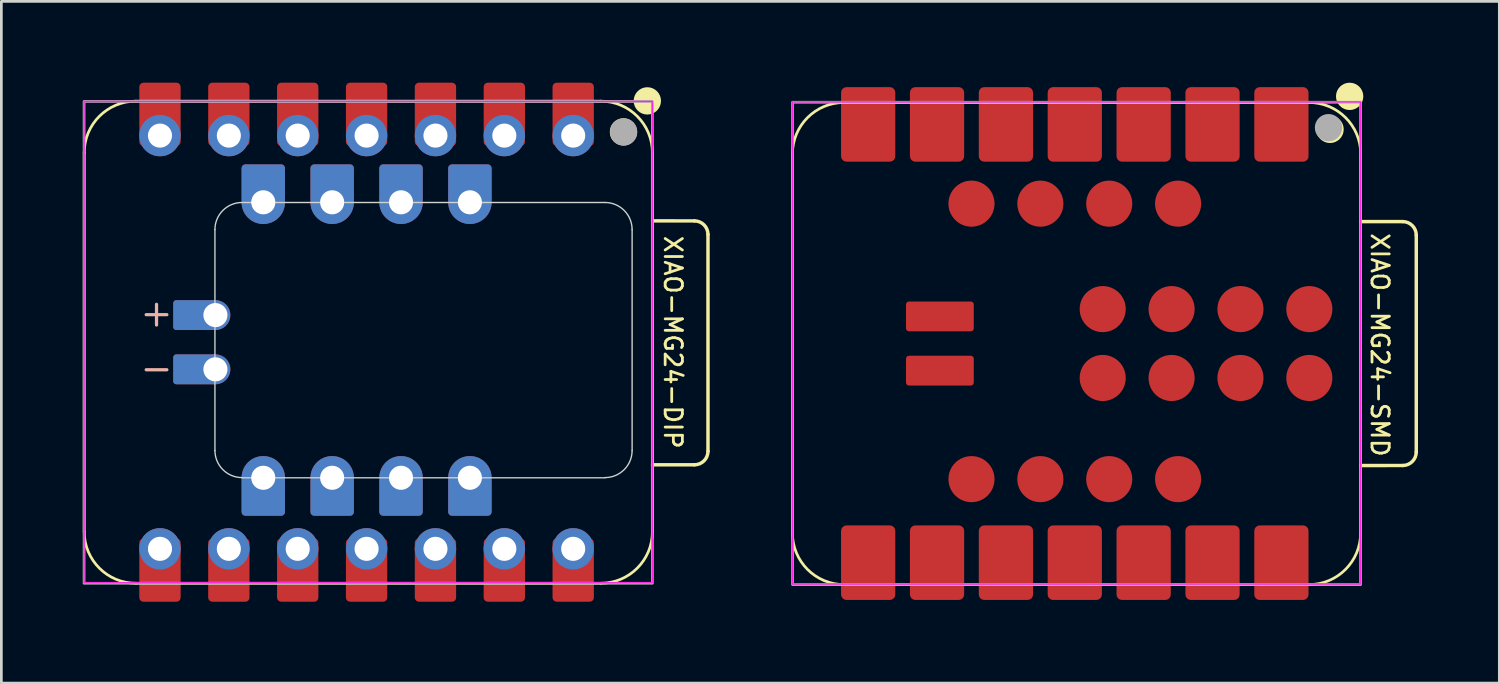
<source format=kicad_pcb>
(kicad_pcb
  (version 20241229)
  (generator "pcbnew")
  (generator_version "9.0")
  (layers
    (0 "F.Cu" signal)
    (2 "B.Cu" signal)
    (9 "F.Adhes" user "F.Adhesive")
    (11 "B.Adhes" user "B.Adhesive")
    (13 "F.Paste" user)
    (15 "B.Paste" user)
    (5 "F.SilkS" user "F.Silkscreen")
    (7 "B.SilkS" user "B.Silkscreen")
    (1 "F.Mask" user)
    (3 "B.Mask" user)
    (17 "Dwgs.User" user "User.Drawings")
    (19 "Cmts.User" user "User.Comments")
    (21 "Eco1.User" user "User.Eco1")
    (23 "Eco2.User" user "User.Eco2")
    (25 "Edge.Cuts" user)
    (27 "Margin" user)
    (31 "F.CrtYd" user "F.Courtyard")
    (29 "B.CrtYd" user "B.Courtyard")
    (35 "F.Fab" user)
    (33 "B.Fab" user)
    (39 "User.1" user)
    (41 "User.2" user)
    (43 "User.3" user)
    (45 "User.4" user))
  (footprint "XIAO-MG24-DIP"
    (layer "F.Cu")
    (at 10.47 9.571)
    (property "Reference" "XIAO-MG24-DIP" (at 11.3 0 270) (unlocked yes) (layer "F.SilkS") (effects (font (size 0.635 0.635) (thickness 0.102))))
    (attr smd)
    (fp_line (start -10.414 -6.985) (end -10.414 6.985) (stroke (width 0.1) (type solid)) (layer "F.SilkS"))
    (fp_line (start -8.509 -8.89) (end 8.636 -8.89) (stroke (width 0.1) (type solid)) (layer "F.SilkS"))
    (fp_line (start -8.509 8.89) (end 8.636 8.89) (stroke (width 0.1) (type solid)) (layer "F.SilkS"))
    (fp_line (start 10.538 7.008) (end 10.538 -6.962) (stroke (width 0.1) (type solid)) (layer "F.SilkS"))
    (fp_line (start 10.541 6.985) (end 10.541 -6.985) (stroke (width 0.1) (type solid)) (layer "F.SilkS"))
    (fp_line (start 10.55 -4.475) (end 12.091 -4.474) (stroke (width 0.127) (type solid)) (layer "F.SilkS"))
    (fp_line (start 12.091 4.521) (end 10.547 4.522) (stroke (width 0.127) (type solid)) (layer "F.SilkS"))
    (fp_line (start 12.591 -3.974) (end 12.591 4.021) (stroke (width 0.127) (type solid)) (layer "F.SilkS"))
    (fp_arc (start -10.414 -6.985) (mid -9.856038 -8.332038) (end -8.509 -8.89) (stroke (width 0.1) (type solid)) (layer "F.SilkS"))
    (fp_arc (start -8.509 8.89) (mid -9.856038 8.332038) (end -10.414 6.985) (stroke (width 0.1) (type solid)) (layer "F.SilkS"))
    (fp_arc (start 8.636 -8.89) (mid 9.983038 -8.332038) (end 10.541 -6.985) (stroke (width 0.1) (type solid)) (layer "F.SilkS"))
    (fp_arc (start 10.541 6.985) (mid 9.983038 8.332038) (end 8.636 8.89) (stroke (width 0.1) (type solid)) (layer "F.SilkS"))
    (fp_arc (start 12.091284 -4.474284) (mid 12.444624 -4.327703) (end 12.591012 -3.974284) (stroke (width 0.127) (type default)) (layer "F.SilkS"))
    (fp_arc (start 12.591012 4.020988) (mid 12.444575 4.374552) (end 12.091012 4.520988) (stroke (width 0.127) (type default)) (layer "F.SilkS"))
    (fp_circle (center 9.474 -7.757) (end 9.728 -7.757) (stroke (width 0.5) (type solid)) (fill yes) (layer "F.SilkS"))
    (fp_circle (center 10.354 -8.9) (end 10.608 -8.9) (stroke (width 0.5) (type solid)) (fill yes) (layer "F.SilkS"))
    (fp_line (start -7.747 -0.635) (end -7.747 -1.397) (stroke (width 0.12) (type default)) (layer "B.SilkS"))
    (fp_line (start -7.366 -1.016) (end -8.128 -1.016) (stroke (width 0.12) (type default)) (layer "B.SilkS"))
    (fp_line (start -7.366 1.016) (end -8.128 1.016) (stroke (width 0.12) (type default)) (layer "B.SilkS"))
    (fp_line (start -5.593 -4.153) (end -5.593 3.993) (stroke (width 0.05) (type solid)) (layer "Edge.Cuts"))
    (fp_line (start -4.593 5.001) (end 8.793 5.001) (stroke (width 0.05) (type solid)) (layer "Edge.Cuts"))
    (fp_line (start 8.793 -5.153) (end -4.593 -5.153) (stroke (width 0.05) (type solid)) (layer "Edge.Cuts"))
    (fp_line (start 9.793 3.993) (end 9.793 -4.153) (stroke (width 0.05) (type solid)) (layer "Edge.Cuts"))
    (fp_arc (start -5.592893 -4.152893) (mid -5.3 -4.86) (end -4.592893 -5.152893) (stroke (width 0.05) (type solid)) (layer "Edge.Cuts"))
    (fp_arc (start -4.592893 4.992893) (mid -5.3 4.7) (end -5.592893 3.992893) (stroke (width 0.05) (type default)) (layer "Edge.Cuts"))
    (fp_arc (start 8.792893 -5.152893) (mid 9.500002 -4.860002) (end 9.792893 -4.152893) (stroke (width 0.05) (type solid)) (layer "Edge.Cuts"))
    (fp_arc (start 9.792893 3.992893) (mid 9.5 4.7) (end 8.792893 4.992893) (stroke (width 0.05) (type default)) (layer "Edge.Cuts"))
    (fp_rect (start -10.42 -8.88) (end 10.54 8.87) (stroke (width 0.05) (type default)) (fill no) (layer "F.CrtYd"))
    (fp_rect (start -10.42 -8.88) (end 10.54 8.89) (stroke (width 0.1) (type default)) (fill no) (layer "F.Fab"))
    (fp_circle (center 9.48 -7.754) (end 9.734 -7.754) (stroke (width 0.5) (type solid)) (fill no) (layer "F.Fab"))
    (pad "1" smd roundrect (at 7.62 -8.405 90) (size 2.332 1.524) (layers "F.Cu" "F.Mask") (roundrect_rratio 0.1))
    (pad "1" thru_hole circle (at 7.62 -7.62 90) (size 1.524 1.524) (drill 0.889) (layers "*.Cu" "*.Mask"))
    (pad "2" smd roundrect (at 5.08 -8.405 90) (size 2.332 1.524) (layers "F.Cu" "F.Mask") (roundrect_rratio 0.1))
    (pad "2" thru_hole circle (at 5.08 -7.62 90) (size 1.524 1.524) (drill 0.889) (layers "*.Cu" "*.Mask"))
    (pad "3" smd roundrect (at 2.54 -8.405 90) (size 2.332 1.524) (layers "F.Cu" "F.Mask") (roundrect_rratio 0.1))
    (pad "3" thru_hole circle (at 2.54 -7.62 90) (size 1.524 1.524) (drill 0.889) (layers "*.Cu" "*.Mask"))
    (pad "4" smd roundrect (at 0 -8.405 90) (size 2.332 1.524) (layers "F.Cu" "F.Mask") (roundrect_rratio 0.1))
    (pad "4" thru_hole circle (at 0 -7.62 90) (size 1.524 1.524) (drill 0.889) (layers "*.Cu" "*.Mask"))
    (pad "5" smd roundrect (at -2.54 -8.405 90) (size 2.332 1.524) (layers "F.Cu" "F.Mask") (roundrect_rratio 0.1))
    (pad "5" thru_hole circle (at -2.54 -7.62 90) (size 1.524 1.524) (drill 0.889) (layers "*.Cu" "*.Mask"))
    (pad "6" smd roundrect (at -5.08 -8.405 90) (size 2.332 1.524) (layers "F.Cu" "F.Mask") (roundrect_rratio 0.1))
    (pad "6" thru_hole circle (at -5.08 -7.62 90) (size 1.524 1.524) (drill 0.889) (layers "*.Cu" "*.Mask"))
    (pad "7" smd roundrect (at -7.62 -8.405 90) (size 2.332 1.524) (layers "F.Cu" "F.Mask") (roundrect_rratio 0.1))
    (pad "7" thru_hole circle (at -7.62 -7.62 90) (size 1.524 1.524) (drill 0.889) (layers "*.Cu" "*.Mask"))
    (pad "8" thru_hole circle (at -7.62 7.62 270) (size 1.524 1.524) (drill 0.889) (layers "*.Cu" "*.Mask"))
    (pad "8" smd roundrect (at -7.62 8.405 270) (size 2.332 1.524) (layers "F.Cu" "F.Mask") (roundrect_rratio 0.1))
    (pad "9" thru_hole circle (at -5.08 7.62 270) (size 1.524 1.524) (drill 0.889) (layers "*.Cu" "*.Mask"))
    (pad "9" smd roundrect (at -5.08 8.405 270) (size 2.332 1.524) (layers "F.Cu" "F.Mask") (roundrect_rratio 0.1))
    (pad "10" thru_hole circle (at -2.54 7.62 270) (size 1.524 1.524) (drill 0.889) (layers "*.Cu" "*.Mask"))
    (pad "10" smd roundrect (at -2.54 8.405 270) (size 2.332 1.524) (layers "F.Cu" "F.Mask") (roundrect_rratio 0.1))
    (pad "11" thru_hole circle (at 0 7.62 270) (size 1.524 1.524) (drill 0.889) (layers "*.Cu" "*.Mask"))
    (pad "11" smd roundrect (at 0 8.405 270) (size 2.332 1.524) (layers "F.Cu" "F.Mask") (roundrect_rratio 0.1))
    (pad "12" thru_hole circle (at 2.54 7.62 270) (size 1.524 1.524) (drill 0.889) (layers "*.Cu" "*.Mask"))
    (pad "12" smd roundrect (at 2.54 8.405 270) (size 2.332 1.524) (layers "F.Cu" "F.Mask") (roundrect_rratio 0.1))
    (pad "13" thru_hole circle (at 5.08 7.62 270) (size 1.524 1.524) (drill 0.889) (layers "*.Cu" "*.Mask"))
    (pad "13" smd roundrect (at 5.08 8.405 270) (size 2.332 1.524) (layers "F.Cu" "F.Mask") (roundrect_rratio 0.1))
    (pad "14" thru_hole circle (at 7.62 7.62 270) (size 1.524 1.524) (drill 0.889) (layers "*.Cu" "*.Mask"))
    (pad "14" smd roundrect (at 7.62 8.405 270) (size 2.332 1.524) (layers "F.Cu" "F.Mask") (roundrect_rratio 0.1))
    (pad "15" thru_hole circle (at 3.81 5 90) (size 1.6 1.6) (drill 0.889) (layers "*.Cu" "*.Mask"))
    (pad "15" smd roundrect (at 3.81 5.7 270) (size 1.4 1.6) (layers "F.Cu" "F.Mask") (roundrect_rratio 0.1))
    (pad "15" smd roundrect (at 3.81 5.7 90) (size 1.4 1.6) (layers "B.Cu" "B.Mask" "B.Paste") (roundrect_rratio 0.1))
    (pad "16" thru_hole circle (at 1.27 5 90) (size 1.6 1.6) (drill 0.889) (layers "*.Cu" "*.Mask"))
    (pad "16" smd roundrect (at 1.27 5.7 270) (size 1.4 1.6) (layers "F.Cu" "F.Mask") (roundrect_rratio 0.1))
    (pad "16" smd roundrect (at 1.27 5.7 90) (size 1.4 1.6) (layers "B.Cu" "B.Mask" "B.Paste") (roundrect_rratio 0.1))
    (pad "17" thru_hole circle (at -1.27 5 90) (size 1.6 1.6) (drill 0.889) (layers "*.Cu" "*.Mask"))
    (pad "17" smd roundrect (at -1.27 5.7 270) (size 1.4 1.6) (layers "F.Cu" "F.Mask") (roundrect_rratio 0.1))
    (pad "17" smd roundrect (at -1.27 5.7 90) (size 1.4 1.6) (layers "B.Cu" "B.Mask" "B.Paste") (roundrect_rratio 0.1))
    (pad "18" thru_hole circle (at -3.81 5 90) (size 1.6 1.6) (drill 0.889) (layers "*.Cu" "*.Mask"))
    (pad "18" smd roundrect (at -3.81 5.7 270) (size 1.4 1.6) (layers "F.Cu" "F.Mask") (roundrect_rratio 0.1))
    (pad "18" smd roundrect (at -3.81 5.7 90) (size 1.4 1.6) (layers "B.Cu" "B.Mask" "B.Paste") (roundrect_rratio 0.1))
    (pad "19" smd roundrect (at -3.81 -5.859 270) (size 1.4 1.6) (layers "F.Cu" "F.Mask") (roundrect_rratio 0.1))
    (pad "19" smd roundrect (at -3.81 -5.859 90) (size 1.4 1.6) (layers "B.Cu" "B.Mask" "B.Paste") (roundrect_rratio 0.1))
    (pad "19" thru_hole circle (at -3.81 -5.16 90) (size 1.6 1.6) (drill 0.889) (layers "*.Cu" "*.Mask"))
    (pad "20" smd roundrect (at -1.27 -5.859 270) (size 1.4 1.6) (layers "F.Cu" "F.Mask") (roundrect_rratio 0.1))
    (pad "20" smd roundrect (at -1.27 -5.859 90) (size 1.4 1.6) (layers "B.Cu" "B.Mask" "B.Paste") (roundrect_rratio 0.1))
    (pad "20" thru_hole circle (at -1.27 -5.16 90) (size 1.6 1.6) (drill 0.889) (layers "*.Cu" "*.Mask"))
    (pad "21" smd roundrect (at 1.27 -5.859 270) (size 1.4 1.6) (layers "F.Cu" "F.Mask") (roundrect_rratio 0.1))
    (pad "21" smd roundrect (at 1.27 -5.859 90) (size 1.4 1.6) (layers "B.Cu" "B.Mask" "B.Paste") (roundrect_rratio 0.1))
    (pad "21" thru_hole circle (at 1.27 -5.16 90) (size 1.6 1.6) (drill 0.889) (layers "*.Cu" "*.Mask"))
    (pad "22" smd roundrect (at 3.81 -5.859 270) (size 1.4 1.6) (layers "F.Cu" "F.Mask") (roundrect_rratio 0.1))
    (pad "22" smd roundrect (at 3.81 -5.859 90) (size 1.4 1.6) (layers "B.Cu" "B.Mask" "B.Paste") (roundrect_rratio 0.1))
    (pad "22" thru_hole circle (at 3.81 -5.16 90) (size 1.6 1.6) (drill 0.889) (layers "*.Cu" "*.Mask"))
    (pad "23" smd roundrect (at -6.33 -1 180) (size 1.6 1.1) (layers "F.Cu" "F.Mask") (roundrect_rratio 0.1))
    (pad "23" smd roundrect (at -6.33 -1 180) (size 1.6 1.1) (layers "B.Cu" "B.Mask" "B.Paste") (roundrect_rratio 0.1))
    (pad "23" thru_hole circle (at -5.575 -1 90) (size 1.1 1.1) (drill 0.889) (layers "*.Cu" "*.Mask"))
    (pad "24" smd roundrect (at -6.33 1 180) (size 1.6 1.1) (layers "F.Cu" "F.Mask") (roundrect_rratio 0.1))
    (pad "24" smd roundrect (at -6.33 1 180) (size 1.6 1.1) (layers "B.Cu" "B.Mask" "B.Paste") (roundrect_rratio 0.1))
    (pad "24" thru_hole circle (at -5.575 1 90) (size 1.1 1.1) (drill 0.889) (layers "*.Cu" "*.Mask")))
  (footprint "XIAO-MG24-SMD"
    (layer "F.Cu")
    (at 36.589 9.62)
    (property "Reference" "XIAO-MG24-SMD" (at 11.25 0.05 270) (unlocked yes) (layer "F.SilkS") (effects (font (size 0.635 0.635) (thickness 0.102))))
    (attr smd)
    (fp_line (start -10.414 -6.985) (end -10.414 6.985) (stroke (width 0.1) (type solid)) (layer "F.SilkS"))
    (fp_line (start -8.509 -8.89) (end 8.636 -8.89) (stroke (width 0.1) (type solid)) (layer "F.SilkS"))
    (fp_line (start -8.509 8.89) (end 8.636 8.89) (stroke (width 0.1) (type solid)) (layer "F.SilkS"))
    (fp_line (start 10.541 6.985) (end 10.541 -6.985) (stroke (width 0.1) (type solid)) (layer "F.SilkS"))
    (fp_line (start 10.553 -4.498) (end 12.094 -4.497) (stroke (width 0.127) (type solid)) (layer "F.SilkS"))
    (fp_line (start 12.094 4.498) (end 10.55 4.499) (stroke (width 0.127) (type solid)) (layer "F.SilkS"))
    (fp_line (start 12.594 -3.997) (end 12.594 3.998) (stroke (width 0.127) (type solid)) (layer "F.SilkS"))
    (fp_arc (start -10.414 -6.985) (mid -9.856038 -8.332038) (end -8.509 -8.89) (stroke (width 0.1) (type solid)) (layer "F.SilkS"))
    (fp_arc (start -8.509 8.89) (mid -9.856038 8.332038) (end -10.414 6.985) (stroke (width 0.1) (type solid)) (layer "F.SilkS"))
    (fp_arc (start 8.64 -8.89) (mid 9.987038 -8.332038) (end 10.545 -6.985) (stroke (width 0.1) (type solid)) (layer "F.SilkS"))
    (fp_arc (start 10.541 6.985) (mid 9.983038 8.332038) (end 8.636 8.89) (stroke (width 0.1) (type solid)) (layer "F.SilkS"))
    (fp_arc (start 12.094284 -4.497284) (mid 12.447619 -4.350707) (end 12.594012 -3.997284) (stroke (width 0.127) (type default)) (layer "F.SilkS"))
    (fp_arc (start 12.594012 3.997988) (mid 12.44757 4.351553) (end 12.094012 4.497988) (stroke (width 0.127) (type default)) (layer "F.SilkS"))
    (fp_circle (center 9.414 -7.899) (end 9.668 -7.899) (stroke (width 0.5) (type solid)) (fill yes) (layer "F.SilkS"))
    (fp_circle (center 10.137 -9.116) (end 10.391 -9.116) (stroke (width 0.5) (type solid)) (fill yes) (layer "F.SilkS"))
    (fp_rect (start -10.41 -8.91) (end 10.54 8.87) (stroke (width 0.05) (type default)) (fill no) (layer "F.CrtYd"))
    (fp_rect (start -10.41 -8.9) (end 10.54 8.89) (stroke (width 0.1) (type default)) (fill no) (layer "F.Fab"))
    (fp_circle (center 9.357 -7.961) (end 9.611 -7.961) (stroke (width 0.5) (type solid)) (fill no) (layer "F.Fab"))
    (pad "1" smd roundrect (at 7.62 -8.082 90) (size 2.75 2) (layers "F.Cu" "F.Mask" "F.Paste") (roundrect_rratio 0.1))
    (pad "2" smd roundrect (at 5.08 -8.082 90) (size 2.75 2) (layers "F.Cu" "F.Mask" "F.Paste") (roundrect_rratio 0.1))
    (pad "3" smd roundrect (at 2.54 -8.082 90) (size 2.75 2) (layers "F.Cu" "F.Mask" "F.Paste") (roundrect_rratio 0.1))
    (pad "4" smd roundrect (at 0 -8.082 90) (size 2.75 2) (layers "F.Cu" "F.Mask" "F.Paste") (roundrect_rratio 0.1))
    (pad "5" smd roundrect (at -2.54 -8.082 90) (size 2.75 2) (layers "F.Cu" "F.Mask" "F.Paste") (roundrect_rratio 0.1))
    (pad "6" smd roundrect (at -5.08 -8.082 90) (size 2.75 2) (layers "F.Cu" "F.Mask" "F.Paste") (roundrect_rratio 0.1))
    (pad "7" smd roundrect (at -7.62 -8.082 90) (size 2.75 2) (layers "F.Cu" "F.Mask" "F.Paste") (roundrect_rratio 0.1))
    (pad "8" smd roundrect (at -7.62 8.082 270) (size 2.75 2) (layers "F.Cu" "F.Mask" "F.Paste") (roundrect_rratio 0.1))
    (pad "9" smd roundrect (at -5.08 8.082 270) (size 2.75 2) (layers "F.Cu" "F.Mask" "F.Paste") (roundrect_rratio 0.1))
    (pad "10" smd roundrect (at -2.54 8.082 270) (size 2.75 2) (layers "F.Cu" "F.Mask" "F.Paste") (roundrect_rratio 0.1))
    (pad "11" smd roundrect (at 0 8.082 270) (size 2.75 2) (layers "F.Cu" "F.Mask" "F.Paste") (roundrect_rratio 0.1))
    (pad "12" smd roundrect (at 2.54 8.082 270) (size 2.75 2) (layers "F.Cu" "F.Mask" "F.Paste") (roundrect_rratio 0.1))
    (pad "13" smd roundrect (at 5.08 8.082 270) (size 2.75 2) (layers "F.Cu" "F.Mask" "F.Paste") (roundrect_rratio 0.1))
    (pad "14" smd roundrect (at 7.62 8.082 270) (size 2.75 2) (layers "F.Cu" "F.Mask" "F.Paste") (roundrect_rratio 0.1))
    (pad "15" smd circle (at 3.81 5.001 90) (size 1.7 1.7) (layers "F.Cu" "F.Mask" "F.Paste"))
    (pad "16" smd circle (at 1.27 5.001 90) (size 1.7 1.7) (layers "F.Cu" "F.Mask" "F.Paste"))
    (pad "17" smd circle (at -1.27 5.001 90) (size 1.7 1.7) (layers "F.Cu" "F.Mask" "F.Paste"))
    (pad "18" smd circle (at -3.81 5.001 90) (size 1.7 1.7) (layers "F.Cu" "F.Mask" "F.Paste"))
    (pad "19" smd circle (at -3.81 -5.159 90) (size 1.7 1.7) (layers "F.Cu" "F.Mask" "F.Paste"))
    (pad "20" smd circle (at -1.27 -5.159 90) (size 1.7 1.7) (layers "F.Cu" "F.Mask" "F.Paste"))
    (pad "21" smd circle (at 1.27 -5.159 90) (size 1.7 1.7) (layers "F.Cu" "F.Mask" "F.Paste"))
    (pad "22" smd circle (at 3.81 -5.159 90) (size 1.7 1.7) (layers "F.Cu" "F.Mask" "F.Paste"))
    (pad "23" smd circle (at 8.65 -1.27 90) (size 1.7 1.7) (layers "F.Cu" "F.Mask" "F.Paste"))
    (pad "24" smd circle (at 6.11 -1.27 90) (size 1.7 1.7) (layers "F.Cu" "F.Mask" "F.Paste"))
    (pad "25" smd circle (at 3.57 -1.27 90) (size 1.7 1.7) (layers "F.Cu" "F.Mask" "F.Paste"))
    (pad "26" smd circle (at 1.03 -1.27 90) (size 1.7 1.7) (layers "F.Cu" "F.Mask" "F.Paste"))
    (pad "27" smd circle (at 1.03 1.27 90) (size 1.7 1.7) (layers "F.Cu" "F.Mask" "F.Paste"))
    (pad "28" smd circle (at 3.57 1.27 90) (size 1.7 1.7) (layers "F.Cu" "F.Mask" "F.Paste"))
    (pad "29" smd circle (at 6.11 1.27 90) (size 1.7 1.7) (layers "F.Cu" "F.Mask" "F.Paste"))
    (pad "30" smd circle (at 8.65 1.27 90) (size 1.7 1.7) (layers "F.Cu" "F.Mask" "F.Paste"))
    (pad "31" smd roundrect (at -4.975 -1 180) (size 2.5 1.1) (layers "F.Cu" "F.Mask" "F.Paste") (roundrect_rratio 0.1))
    (pad "32" smd roundrect (at -4.975 1 180) (size 2.5 1.1) (layers "F.Cu" "F.Mask" "F.Paste") (roundrect_rratio 0.1)))
  (gr_rect
    (start -3 -3)
    (end 52.246 22.142)
    (stroke (width 0.1) (type default))
    (fill no)
    (layer "Edge.Cuts")))
</source>
